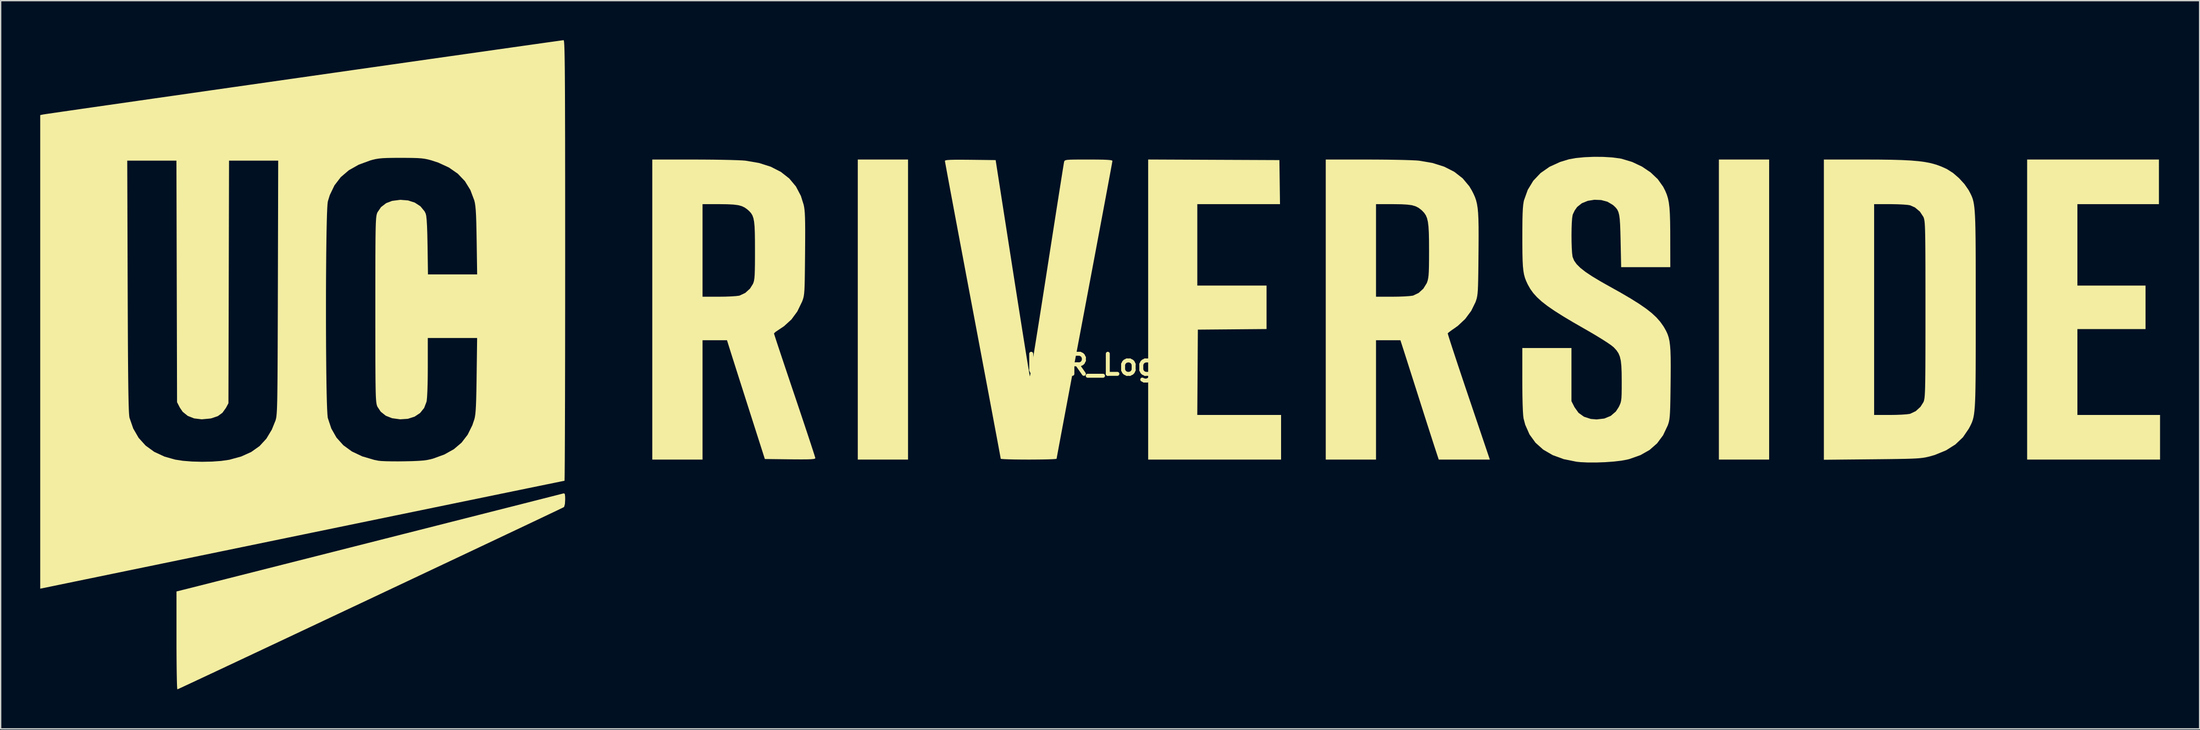
<source format=kicad_pcb>
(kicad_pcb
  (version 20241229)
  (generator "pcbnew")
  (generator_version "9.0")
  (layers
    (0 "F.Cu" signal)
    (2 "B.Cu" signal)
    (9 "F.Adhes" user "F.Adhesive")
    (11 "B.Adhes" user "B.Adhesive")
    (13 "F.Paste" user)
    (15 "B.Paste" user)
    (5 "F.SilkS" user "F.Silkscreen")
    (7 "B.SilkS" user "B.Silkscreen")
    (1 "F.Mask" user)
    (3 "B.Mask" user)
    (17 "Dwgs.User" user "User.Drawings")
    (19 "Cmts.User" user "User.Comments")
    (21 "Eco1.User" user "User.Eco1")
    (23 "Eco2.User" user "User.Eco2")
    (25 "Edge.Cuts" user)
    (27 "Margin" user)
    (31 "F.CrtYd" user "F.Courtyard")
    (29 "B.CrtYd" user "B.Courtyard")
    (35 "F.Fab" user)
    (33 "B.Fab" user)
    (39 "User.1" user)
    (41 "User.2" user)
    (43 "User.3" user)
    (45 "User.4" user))
  (footprint "UCR_Logo"
    (layer "F.Cu")
    (at 80.349 24.638)
    (property "Reference" "UCR_Logo" (at 0 0 0) (layer "F.SilkS") (effects (font (size 1.524 1.524) (thickness 0.3))))
    (attr board_only exclude_from_pos_files exclude_from_bom)
    (fp_poly (pts (xy -14.563 7.197) (xy -18.373 7.197) (xy -18.373 -15.579) (xy -14.563 -15.579)) (stroke (width 0) (type solid)) (fill yes) (layer "F.SilkS"))
    (fp_poly (pts (xy 50.715 7.197) (xy 46.905 7.197) (xy 46.905 -15.579) (xy 50.715 -15.579)) (stroke (width 0) (type solid)) (fill yes) (layer "F.SilkS"))
    (fp_poly (pts (xy 80.264 -12.192) (xy 74.083 -12.192) (xy 74.083 -6.011) (xy 79.248 -6.011) (xy 79.248 -2.709) (xy 74.083 -2.709) (xy 74.083 3.81) (xy 80.349 3.81) (xy 80.349 7.197) (xy 70.273 7.197) (xy 70.273 -15.579) (xy 80.264 -15.579)) (stroke (width 0) (type solid)) (fill yes) (layer "F.SilkS"))
    (fp_poly (pts (xy 8.615 -15.558) (xy 13.589 -15.536) (xy 13.612 -13.864) (xy 13.635 -12.192) (xy 7.366 -12.192) (xy 7.366 -6.011) (xy 12.615 -6.011) (xy 12.615 -2.712) (xy 7.408 -2.667) (xy 7.386 0.572) (xy 7.364 3.81) (xy 13.716 3.81) (xy 13.716 7.197) (xy 3.641 7.197) (xy 3.641 -15.58)) (stroke (width 0) (type solid)) (fill yes) (layer "F.SilkS"))
    (fp_poly (pts (xy -40.576 9.837) (xy -40.558 10.02) (xy -40.555 10.234) (xy -40.573 10.558) (xy -40.624 10.762) (xy -40.661 10.81) (xy -40.753 10.856) (xy -40.988 10.97) (xy -41.358 11.147) (xy -41.853 11.382) (xy -42.463 11.673) (xy -43.181 12.014) (xy -43.997 12.401) (xy -44.902 12.829) (xy -45.887 13.296) (xy -46.942 13.795) (xy -48.06 14.324) (xy -49.23 14.877) (xy -50.443 15.45) (xy -51.691 16.04) (xy -52.965 16.642) (xy -54.255 17.251) (xy -55.552 17.864) (xy -56.848 18.475) (xy -58.133 19.081) (xy -59.398 19.678) (xy -60.634 20.261) (xy -61.832 20.826) (xy -62.983 21.368) (xy -64.078 21.884) (xy -65.108 22.369) (xy -66.064 22.819) (xy -66.936 23.229) (xy -67.716 23.595) (xy -68.394 23.913) (xy -68.962 24.179) (xy -69.411 24.389) (xy -69.73 24.537) (xy -69.913 24.621) (xy -69.953 24.638) (xy -69.967 24.556) (xy -69.98 24.322) (xy -69.991 23.953) (xy -70.001 23.466) (xy -70.009 22.878) (xy -70.015 22.206) (xy -70.019 21.468) (xy -70.019 20.923) (xy -70.019 17.208) (xy -69.448 17.065) (xy -69.236 17.012) (xy -68.878 16.922) (xy -68.384 16.797) (xy -67.765 16.64) (xy -67.03 16.454) (xy -66.189 16.241) (xy -65.253 16.004) (xy -64.232 15.745) (xy -63.137 15.467) (xy -61.977 15.173) (xy -60.762 14.865) (xy -59.503 14.546) (xy -58.21 14.218) (xy -56.893 13.883) (xy -55.562 13.546) (xy -54.228 13.207) (xy -52.901 12.87) (xy -51.59 12.538) (xy -50.307 12.212) (xy -49.061 11.895) (xy -47.862 11.591) (xy -46.721 11.301) (xy -45.648 11.028) (xy -44.652 10.776) (xy -43.745 10.545) (xy -42.937 10.339) (xy -42.237 10.161) (xy -41.655 10.013) (xy -41.203 9.898) (xy -40.89 9.818) (xy -40.726 9.776) (xy -40.703 9.77) (xy -40.621 9.765)) (stroke (width 0) (type solid)) (fill yes) (layer "F.SilkS"))
    (fp_poly (pts (xy 20.256 -15.578) (xy 21.008 -15.575) (xy 21.739 -15.569) (xy 22.422 -15.558) (xy 23.034 -15.545) (xy 23.55 -15.528) (xy 23.943 -15.51) (xy 24.172 -15.492) (xy 25.192 -15.318) (xy 26.084 -15.036) (xy 26.848 -14.646) (xy 27.482 -14.151) (xy 27.984 -13.551) (xy 28.173 -13.235) (xy 28.304 -12.979) (xy 28.412 -12.736) (xy 28.499 -12.487) (xy 28.566 -12.213) (xy 28.617 -11.895) (xy 28.653 -11.514) (xy 28.676 -11.051) (xy 28.688 -10.486) (xy 28.691 -9.801) (xy 28.687 -8.976) (xy 28.682 -8.433) (xy 28.674 -7.619) (xy 28.666 -6.954) (xy 28.657 -6.422) (xy 28.646 -6.001) (xy 28.632 -5.675) (xy 28.612 -5.423) (xy 28.587 -5.227) (xy 28.555 -5.067) (xy 28.515 -4.926) (xy 28.466 -4.783) (xy 28.455 -4.753) (xy 28.13 -4.092) (xy 27.675 -3.479) (xy 27.127 -2.963) (xy 26.924 -2.816) (xy 26.661 -2.635) (xy 26.459 -2.484) (xy 26.356 -2.393) (xy 26.351 -2.383) (xy 26.373 -2.293) (xy 26.445 -2.057) (xy 26.562 -1.689) (xy 26.72 -1.203) (xy 26.914 -0.614) (xy 27.138 0.065) (xy 27.39 0.819) (xy 27.663 1.634) (xy 27.935 2.44) (xy 29.542 7.197) (xy 25.668 7.197) (xy 25.369 6.287) (xy 25.274 5.994) (xy 25.136 5.565) (xy 24.962 5.025) (xy 24.761 4.398) (xy 24.541 3.71) (xy 24.31 2.985) (xy 24.088 2.286) (xy 23.86 1.571) (xy 23.642 0.886) (xy 23.44 0.253) (xy 23.262 -0.307) (xy 23.114 -0.771) (xy 23.003 -1.118) (xy 22.935 -1.327) (xy 22.933 -1.333) (xy 22.762 -1.863) (xy 20.913 -1.863) (xy 20.913 7.197) (xy 17.103 7.197) (xy 17.103 -12.192) (xy 20.913 -12.192) (xy 20.913 -5.165) (xy 22.162 -5.165) (xy 22.633 -5.171) (xy 23.071 -5.188) (xy 23.433 -5.213) (xy 23.68 -5.243) (xy 23.73 -5.254) (xy 24.143 -5.451) (xy 24.5 -5.776) (xy 24.756 -6.189) (xy 24.781 -6.248) (xy 24.83 -6.396) (xy 24.868 -6.566) (xy 24.896 -6.781) (xy 24.915 -7.067) (xy 24.926 -7.446) (xy 24.932 -7.943) (xy 24.934 -8.583) (xy 24.934 -8.678) (xy 24.931 -9.42) (xy 24.918 -10.014) (xy 24.891 -10.482) (xy 24.847 -10.847) (xy 24.78 -11.129) (xy 24.687 -11.351) (xy 24.563 -11.534) (xy 24.405 -11.7) (xy 24.338 -11.76) (xy 24.137 -11.914) (xy 23.916 -12.028) (xy 23.646 -12.107) (xy 23.297 -12.156) (xy 22.842 -12.183) (xy 22.25 -12.191) (xy 22.162 -12.192) (xy 20.913 -12.192) (xy 17.103 -12.192) (xy 17.103 -15.579)) (stroke (width 0) (type solid)) (fill yes) (layer "F.SilkS"))
    (fp_poly (pts (xy -30.797 -15.578) (xy -30.046 -15.575) (xy -29.315 -15.569) (xy -28.632 -15.558) (xy -28.02 -15.545) (xy -27.504 -15.528) (xy -27.111 -15.51) (xy -26.882 -15.492) (xy -25.861 -15.317) (xy -24.968 -15.032) (xy -24.203 -14.639) (xy -23.566 -14.139) (xy -23.06 -13.532) (xy -22.686 -12.819) (xy -22.475 -12.146) (xy -22.439 -11.968) (xy -22.411 -11.761) (xy -22.389 -11.507) (xy -22.374 -11.188) (xy -22.365 -10.785) (xy -22.36 -10.278) (xy -22.361 -9.649) (xy -22.366 -8.88) (xy -22.369 -8.43) (xy -22.377 -7.617) (xy -22.385 -6.954) (xy -22.393 -6.423) (xy -22.404 -6.006) (xy -22.418 -5.682) (xy -22.437 -5.435) (xy -22.462 -5.244) (xy -22.494 -5.091) (xy -22.533 -4.958) (xy -22.582 -4.825) (xy -22.599 -4.784) (xy -22.956 -4.047) (xy -23.403 -3.438) (xy -23.966 -2.926) (xy -24.405 -2.632) (xy -24.599 -2.501) (xy -24.711 -2.396) (xy -24.723 -2.37) (xy -24.696 -2.279) (xy -24.62 -2.042) (xy -24.5 -1.673) (xy -24.339 -1.187) (xy -24.143 -0.599) (xy -23.917 0.078) (xy -23.665 0.829) (xy -23.393 1.64) (xy -23.156 2.341) (xy -22.87 3.191) (xy -22.601 3.994) (xy -22.353 4.737) (xy -22.132 5.403) (xy -21.942 5.979) (xy -21.788 6.451) (xy -21.675 6.803) (xy -21.608 7.021) (xy -21.59 7.09) (xy -21.622 7.126) (xy -21.731 7.153) (xy -21.933 7.171) (xy -22.246 7.181) (xy -22.688 7.183) (xy -23.275 7.18) (xy -23.504 7.177) (xy -25.418 7.154) (xy -26.554 3.598) (xy -26.804 2.814) (xy -27.049 2.044) (xy -27.283 1.312) (xy -27.497 0.64) (xy -27.684 0.05) (xy -27.838 -0.434) (xy -27.951 -0.791) (xy -27.989 -0.91) (xy -28.288 -1.863) (xy -30.141 -1.863) (xy -30.141 7.197) (xy -33.951 7.197) (xy -33.951 -12.192) (xy -30.141 -12.192) (xy -30.141 -5.165) (xy -28.892 -5.165) (xy -28.421 -5.171) (xy -27.985 -5.188) (xy -27.624 -5.212) (xy -27.378 -5.242) (xy -27.329 -5.253) (xy -26.904 -5.453) (xy -26.544 -5.78) (xy -26.321 -6.135) (xy -26.273 -6.256) (xy -26.236 -6.398) (xy -26.209 -6.582) (xy -26.189 -6.831) (xy -26.177 -7.167) (xy -26.169 -7.612) (xy -26.166 -8.189) (xy -26.166 -8.678) (xy -26.168 -9.421) (xy -26.177 -10.016) (xy -26.196 -10.484) (xy -26.231 -10.846) (xy -26.284 -11.123) (xy -26.359 -11.336) (xy -26.461 -11.506) (xy -26.593 -11.654) (xy -26.745 -11.79) (xy -26.945 -11.935) (xy -27.168 -12.041) (xy -27.444 -12.115) (xy -27.802 -12.161) (xy -28.271 -12.184) (xy -28.88 -12.192) (xy -28.892 -12.192) (xy -30.141 -12.192) (xy -33.951 -12.192) (xy -33.951 -15.579)) (stroke (width 0) (type solid)) (fill yes) (layer "F.SilkS"))
    (fp_poly (pts (xy 57.975 -15.578) (xy 59.056 -15.574) (xy 59.985 -15.562) (xy 60.78 -15.539) (xy 61.459 -15.504) (xy 62.038 -15.454) (xy 62.536 -15.388) (xy 62.971 -15.303) (xy 63.359 -15.196) (xy 63.718 -15.067) (xy 64.066 -14.913) (xy 64.213 -14.841) (xy 64.658 -14.556) (xy 65.111 -14.164) (xy 65.52 -13.717) (xy 65.832 -13.267) (xy 65.859 -13.218) (xy 65.945 -13.055) (xy 66.021 -12.905) (xy 66.088 -12.755) (xy 66.146 -12.595) (xy 66.195 -12.413) (xy 66.237 -12.198) (xy 66.272 -11.939) (xy 66.3 -11.625) (xy 66.323 -11.245) (xy 66.341 -10.787) (xy 66.354 -10.24) (xy 66.364 -9.593) (xy 66.37 -8.836) (xy 66.374 -7.955) (xy 66.375 -6.941) (xy 66.376 -5.783) (xy 66.376 -4.468) (xy 66.376 -4.191) (xy 66.376 -2.845) (xy 66.376 -1.657) (xy 66.374 -0.615) (xy 66.371 0.29) (xy 66.365 1.071) (xy 66.356 1.739) (xy 66.344 2.305) (xy 66.327 2.779) (xy 66.305 3.175) (xy 66.277 3.501) (xy 66.244 3.771) (xy 66.203 3.994) (xy 66.154 4.183) (xy 66.097 4.348) (xy 66.031 4.501) (xy 65.956 4.653) (xy 65.87 4.814) (xy 65.848 4.856) (xy 65.409 5.501) (xy 64.834 6.048) (xy 64.126 6.496) (xy 63.29 6.84) (xy 62.898 6.955) (xy 62.716 6.999) (xy 62.536 7.037) (xy 62.341 7.067) (xy 62.112 7.092) (xy 61.831 7.112) (xy 61.481 7.128) (xy 61.042 7.141) (xy 60.498 7.151) (xy 59.83 7.161) (xy 59.021 7.17) (xy 58.526 7.175) (xy 54.864 7.211) (xy 54.864 -12.192) (xy 58.674 -12.192) (xy 58.674 3.81) (xy 59.88 3.81) (xy 60.345 3.803) (xy 60.774 3.786) (xy 61.128 3.761) (xy 61.365 3.73) (xy 61.402 3.722) (xy 61.826 3.522) (xy 62.186 3.194) (xy 62.41 2.84) (xy 62.438 2.77) (xy 62.463 2.686) (xy 62.484 2.577) (xy 62.502 2.431) (xy 62.517 2.237) (xy 62.53 1.983) (xy 62.54 1.657) (xy 62.548 1.248) (xy 62.554 0.745) (xy 62.559 0.135) (xy 62.562 -0.592) (xy 62.564 -1.448) (xy 62.565 -2.446) (xy 62.565 -3.595) (xy 62.565 -4.191) (xy 62.565 -5.416) (xy 62.564 -6.484) (xy 62.563 -7.405) (xy 62.56 -8.191) (xy 62.556 -8.855) (xy 62.551 -9.406) (xy 62.544 -9.858) (xy 62.535 -10.222) (xy 62.524 -10.508) (xy 62.51 -10.729) (xy 62.493 -10.896) (xy 62.473 -11.021) (xy 62.45 -11.115) (xy 62.423 -11.19) (xy 62.41 -11.222) (xy 62.143 -11.627) (xy 61.771 -11.939) (xy 61.402 -12.104) (xy 61.202 -12.136) (xy 60.874 -12.163) (xy 60.46 -12.182) (xy 60.001 -12.191) (xy 59.88 -12.192) (xy 58.674 -12.192) (xy 54.864 -12.192) (xy 54.864 -15.579)) (stroke (width 0) (type solid)) (fill yes) (layer "F.SilkS"))
    (fp_poly (pts (xy -0.242 -15.576) (xy 0.241 -15.568) (xy 0.585 -15.553) (xy 0.803 -15.531) (xy 0.912 -15.501) (xy 0.931 -15.477) (xy 0.916 -15.383) (xy 0.871 -15.132) (xy 0.798 -14.734) (xy 0.699 -14.199) (xy 0.576 -13.537) (xy 0.431 -12.756) (xy 0.265 -11.868) (xy 0.08 -10.881) (xy -0.122 -9.805) (xy -0.338 -8.65) (xy -0.568 -7.426) (xy -0.81 -6.142) (xy -1.061 -4.808) (xy -1.185 -4.15) (xy -1.44 -2.797) (xy -1.687 -1.489) (xy -1.923 -0.237) (xy -2.146 0.95) (xy -2.355 2.063) (xy -2.548 3.091) (xy -2.723 4.025) (xy -2.879 4.855) (xy -3.013 5.572) (xy -3.124 6.166) (xy -3.209 6.627) (xy -3.268 6.945) (xy -3.298 7.112) (xy -3.302 7.135) (xy -3.383 7.152) (xy -3.61 7.167) (xy -3.962 7.18) (xy -4.415 7.189) (xy -4.946 7.195) (xy -5.419 7.197) (xy -5.997 7.194) (xy -6.516 7.188) (xy -6.951 7.177) (xy -7.28 7.164) (xy -7.482 7.149) (xy -7.535 7.135) (xy -7.551 7.046) (xy -7.596 6.8) (xy -7.669 6.407) (xy -7.767 5.877) (xy -7.89 5.219) (xy -8.036 4.443) (xy -8.201 3.558) (xy -8.386 2.574) (xy -8.587 1.502) (xy -8.804 0.35) (xy -9.034 -0.872) (xy -9.275 -2.154) (xy -9.526 -3.486) (xy -9.652 -4.152) (xy -9.907 -5.506) (xy -10.154 -6.816) (xy -10.389 -8.07) (xy -10.613 -9.259) (xy -10.822 -10.374) (xy -11.015 -11.406) (xy -11.19 -12.343) (xy -11.346 -13.177) (xy -11.48 -13.897) (xy -11.591 -14.495) (xy -11.676 -14.961) (xy -11.735 -15.284) (xy -11.765 -15.454) (xy -11.769 -15.48) (xy -11.726 -15.514) (xy -11.59 -15.539) (xy -11.343 -15.555) (xy -10.972 -15.564) (xy -10.46 -15.564) (xy -9.845 -15.559) (xy -7.922 -15.536) (xy -6.645 -7.347) (xy -6.464 -6.191) (xy -6.29 -5.083) (xy -6.125 -4.034) (xy -5.97 -3.056) (xy -5.828 -2.159) (xy -5.699 -1.356) (xy -5.587 -0.658) (xy -5.492 -0.076) (xy -5.417 0.379) (xy -5.363 0.694) (xy -5.333 0.86) (xy -5.327 0.882) (xy -5.308 0.806) (xy -5.266 0.574) (xy -5.201 0.198) (xy -5.116 -0.312) (xy -5.013 -0.944) (xy -4.893 -1.687) (xy -4.758 -2.529) (xy -4.61 -3.459) (xy -4.451 -4.465) (xy -4.283 -5.537) (xy -4.107 -6.663) (xy -4.033 -7.137) (xy -3.854 -8.288) (xy -3.682 -9.393) (xy -3.518 -10.442) (xy -3.365 -11.422) (xy -3.224 -12.321) (xy -3.097 -13.128) (xy -2.986 -13.831) (xy -2.893 -14.418) (xy -2.82 -14.877) (xy -2.768 -15.197) (xy -2.74 -15.366) (xy -2.735 -15.388) (xy -2.717 -15.451) (xy -2.681 -15.498) (xy -2.606 -15.532) (xy -2.469 -15.555) (xy -2.25 -15.569) (xy -1.926 -15.576) (xy -1.477 -15.578) (xy -0.88 -15.579)) (stroke (width 0) (type solid)) (fill yes) (layer "F.SilkS"))
    (fp_poly (pts (xy 38.148 -15.779) (xy 38.825 -15.738) (xy 39.407 -15.661) (xy 39.539 -15.634) (xy 40.338 -15.392) (xy 41.078 -15.042) (xy 41.732 -14.6) (xy 42.274 -14.086) (xy 42.679 -13.516) (xy 42.692 -13.492) (xy 42.838 -13.205) (xy 42.954 -12.929) (xy 43.044 -12.639) (xy 43.111 -12.311) (xy 43.159 -11.922) (xy 43.19 -11.449) (xy 43.208 -10.867) (xy 43.217 -10.152) (xy 43.218 -9.694) (xy 43.222 -7.408) (xy 39.497 -7.408) (xy 39.455 -9.398) (xy 39.438 -10.083) (xy 39.419 -10.621) (xy 39.391 -11.036) (xy 39.35 -11.35) (xy 39.291 -11.586) (xy 39.209 -11.767) (xy 39.099 -11.916) (xy 38.956 -12.056) (xy 38.862 -12.136) (xy 38.461 -12.374) (xy 37.983 -12.503) (xy 37.471 -12.525) (xy 36.968 -12.444) (xy 36.517 -12.261) (xy 36.163 -11.979) (xy 36.16 -11.976) (xy 35.977 -11.715) (xy 35.839 -11.43) (xy 35.819 -11.369) (xy 35.782 -11.138) (xy 35.755 -10.78) (xy 35.739 -10.334) (xy 35.733 -9.841) (xy 35.737 -9.342) (xy 35.752 -8.878) (xy 35.776 -8.49) (xy 35.811 -8.218) (xy 35.822 -8.17) (xy 35.931 -7.905) (xy 36.121 -7.636) (xy 36.405 -7.353) (xy 36.797 -7.046) (xy 37.308 -6.705) (xy 37.953 -6.318) (xy 38.57 -5.97) (xy 39.468 -5.468) (xy 40.226 -5.023) (xy 40.859 -4.625) (xy 41.384 -4.262) (xy 41.815 -3.923) (xy 42.167 -3.595) (xy 42.455 -3.269) (xy 42.695 -2.932) (xy 42.78 -2.792) (xy 42.91 -2.557) (xy 43.015 -2.327) (xy 43.097 -2.08) (xy 43.16 -1.797) (xy 43.204 -1.458) (xy 43.234 -1.042) (xy 43.25 -0.529) (xy 43.254 0.101) (xy 43.25 0.869) (xy 43.245 1.381) (xy 43.236 2.139) (xy 43.226 2.748) (xy 43.215 3.23) (xy 43.2 3.604) (xy 43.181 3.891) (xy 43.157 4.113) (xy 43.125 4.289) (xy 43.085 4.44) (xy 43.035 4.587) (xy 43.027 4.607) (xy 42.678 5.347) (xy 42.221 5.965) (xy 41.649 6.467) (xy 40.954 6.861) (xy 40.126 7.154) (xy 39.954 7.198) (xy 39.502 7.282) (xy 38.93 7.348) (xy 38.286 7.394) (xy 37.619 7.418) (xy 36.977 7.418) (xy 36.41 7.391) (xy 36.11 7.36) (xy 35.144 7.164) (xy 34.303 6.857) (xy 33.589 6.441) (xy 33.004 5.918) (xy 32.548 5.288) (xy 32.225 4.554) (xy 32.099 4.081) (xy 32.07 3.852) (xy 32.045 3.472) (xy 32.026 2.96) (xy 32.012 2.333) (xy 32.005 1.61) (xy 32.004 1.181) (xy 32.004 -1.27) (xy 35.729 -1.27) (xy 35.729 2.764) (xy 35.962 3.223) (xy 36.266 3.648) (xy 36.678 3.945) (xy 37.194 4.112) (xy 37.634 4.149) (xy 38.221 4.081) (xy 38.71 3.879) (xy 39.094 3.548) (xy 39.306 3.223) (xy 39.39 3.052) (xy 39.451 2.899) (xy 39.492 2.733) (xy 39.518 2.524) (xy 39.532 2.24) (xy 39.538 1.851) (xy 39.539 1.326) (xy 39.539 1.27) (xy 39.534 0.611) (xy 39.513 0.095) (xy 39.47 -0.307) (xy 39.398 -0.621) (xy 39.292 -0.874) (xy 39.145 -1.094) (xy 38.95 -1.307) (xy 38.923 -1.334) (xy 38.737 -1.483) (xy 38.426 -1.698) (xy 38.012 -1.963) (xy 37.517 -2.265) (xy 36.966 -2.588) (xy 36.745 -2.714) (xy 35.842 -3.234) (xy 35.078 -3.691) (xy 34.438 -4.097) (xy 33.908 -4.463) (xy 33.475 -4.8) (xy 33.124 -5.12) (xy 32.841 -5.433) (xy 32.612 -5.75) (xy 32.423 -6.083) (xy 32.4 -6.13) (xy 32.29 -6.369) (xy 32.202 -6.6) (xy 32.135 -6.847) (xy 32.085 -7.133) (xy 32.049 -7.48) (xy 32.026 -7.912) (xy 32.013 -8.452) (xy 32.007 -9.123) (xy 32.006 -9.655) (xy 32.008 -10.411) (xy 32.014 -11.019) (xy 32.027 -11.5) (xy 32.046 -11.874) (xy 32.074 -12.164) (xy 32.11 -12.39) (xy 32.134 -12.492) (xy 32.417 -13.281) (xy 32.835 -13.968) (xy 33.385 -14.55) (xy 34.066 -15.027) (xy 34.877 -15.397) (xy 35.528 -15.594) (xy 36.065 -15.691) (xy 36.716 -15.755) (xy 37.427 -15.785)) (stroke (width 0) (type solid)) (fill yes) (layer "F.SilkS"))
    (fp_poly (pts (xy -40.66 -24.619) (xy -40.647 -24.559) (xy -40.635 -24.451) (xy -40.624 -24.288) (xy -40.614 -24.064) (xy -40.605 -23.772) (xy -40.597 -23.405) (xy -40.59 -22.958) (xy -40.583 -22.423) (xy -40.578 -21.794) (xy -40.573 -21.065) (xy -40.569 -20.228) (xy -40.566 -19.278) (xy -40.563 -18.207) (xy -40.56 -17.009) (xy -40.559 -15.678) (xy -40.557 -14.207) (xy -40.556 -12.59) (xy -40.556 -10.819) (xy -40.555 -8.889) (xy -40.555 -7.916) (xy -40.556 -6.247) (xy -40.556 -4.623) (xy -40.558 -3.053) (xy -40.559 -1.545) (xy -40.561 -0.106) (xy -40.564 1.254) (xy -40.566 2.529) (xy -40.57 3.709) (xy -40.573 4.787) (xy -40.577 5.755) (xy -40.581 6.605) (xy -40.585 7.328) (xy -40.59 7.917) (xy -40.594 8.363) (xy -40.599 8.659) (xy -40.604 8.796) (xy -40.606 8.805) (xy -40.692 8.822) (xy -40.937 8.872) (xy -41.333 8.953) (xy -41.873 9.063) (xy -42.55 9.202) (xy -43.355 9.367) (xy -44.282 9.558) (xy -45.324 9.772) (xy -46.473 10.009) (xy -47.722 10.266) (xy -49.063 10.542) (xy -50.489 10.836) (xy -51.993 11.146) (xy -53.567 11.47) (xy -55.205 11.808) (xy -56.898 12.157) (xy -58.64 12.517) (xy -59.762 12.748) (xy -61.54 13.115) (xy -63.28 13.474) (xy -64.974 13.824) (xy -66.615 14.163) (xy -68.194 14.488) (xy -69.703 14.8) (xy -71.136 15.096) (xy -72.484 15.374) (xy -73.74 15.633) (xy -74.896 15.871) (xy -75.944 16.088) (xy -76.877 16.28) (xy -77.687 16.447) (xy -78.367 16.588) (xy -78.907 16.699) (xy -79.302 16.781) (xy -79.543 16.83) (xy -79.608 16.844) (xy -80.349 16.996) (xy -80.349 -15.494) (xy -73.753 -15.494) (xy -73.721 -5.948) (xy -73.715 -4.383) (xy -73.709 -2.979) (xy -73.703 -1.73) (xy -73.696 -0.627) (xy -73.688 0.338) (xy -73.679 1.172) (xy -73.67 1.882) (xy -73.659 2.478) (xy -73.648 2.965) (xy -73.635 3.353) (xy -73.621 3.648) (xy -73.605 3.858) (xy -73.588 3.991) (xy -73.582 4.022) (xy -73.298 4.842) (xy -72.89 5.547) (xy -72.358 6.137) (xy -71.703 6.612) (xy -70.922 6.973) (xy -70.115 7.2) (xy -69.533 7.29) (xy -68.839 7.345) (xy -68.089 7.365) (xy -67.336 7.35) (xy -66.635 7.3) (xy -66.039 7.215) (xy -65.998 7.206) (xy -65.109 6.962) (xy -64.354 6.62) (xy -63.723 6.172) (xy -63.206 5.61) (xy -62.793 4.923) (xy -62.514 4.233) (xy -62.491 4.154) (xy -62.469 4.063) (xy -62.45 3.949) (xy -62.433 3.804) (xy -62.418 3.617) (xy -62.405 3.379) (xy -62.394 3.08) (xy -62.384 2.712) (xy -62.376 2.264) (xy -62.369 1.726) (xy -62.362 1.089) (xy -62.357 0.344) (xy -62.352 -0.519) (xy -62.348 -1.51) (xy -62.344 -2.638) (xy -62.34 -3.914) (xy -62.338 -4.415) (xy -58.688 -4.415) (xy -58.688 -3.367) (xy -58.685 -2.33) (xy -58.68 -1.32) (xy -58.672 -0.352) (xy -58.663 0.56) (xy -58.651 1.399) (xy -58.637 2.151) (xy -58.62 2.801) (xy -58.601 3.334) (xy -58.58 3.734) (xy -58.557 3.987) (xy -58.547 4.044) (xy -58.283 4.839) (xy -57.893 5.526) (xy -57.373 6.107) (xy -56.723 6.581) (xy -55.941 6.952) (xy -55.025 7.221) (xy -54.709 7.284) (xy -54.496 7.306) (xy -54.15 7.322) (xy -53.706 7.331) (xy -53.201 7.333) (xy -52.747 7.328) (xy -52.144 7.315) (xy -51.677 7.295) (xy -51.31 7.267) (xy -51.011 7.226) (xy -50.744 7.17) (xy -50.561 7.12) (xy -49.708 6.809) (xy -48.995 6.41) (xy -48.412 5.915) (xy -47.948 5.311) (xy -47.592 4.59) (xy -47.439 4.138) (xy -47.4 3.974) (xy -47.367 3.759) (xy -47.341 3.475) (xy -47.319 3.103) (xy -47.301 2.626) (xy -47.286 2.025) (xy -47.273 1.283) (xy -47.267 0.826) (xy -47.229 -2.032) (xy -50.969 -2.032) (xy -50.969 0.165) (xy -50.973 0.852) (xy -50.984 1.474) (xy -51.001 2.01) (xy -51.023 2.433) (xy -51.05 2.722) (xy -51.063 2.8) (xy -51.245 3.28) (xy -51.554 3.663) (xy -51.971 3.939) (xy -52.481 4.102) (xy -53.066 4.141) (xy -53.677 4.057) (xy -54.152 3.87) (xy -54.537 3.562) (xy -54.787 3.185) (xy -54.815 3.116) (xy -54.84 3.035) (xy -54.861 2.931) (xy -54.879 2.792) (xy -54.895 2.608) (xy -54.908 2.366) (xy -54.918 2.056) (xy -54.926 1.666) (xy -54.933 1.186) (xy -54.937 0.603) (xy -54.941 -0.093) (xy -54.943 -0.914) (xy -54.944 -1.871) (xy -54.945 -2.975) (xy -54.945 -4.191) (xy -54.945 -5.448) (xy -54.944 -6.547) (xy -54.943 -7.498) (xy -54.941 -8.315) (xy -54.937 -9.007) (xy -54.933 -9.586) (xy -54.926 -10.063) (xy -54.918 -10.45) (xy -54.907 -10.758) (xy -54.894 -10.997) (xy -54.879 -11.18) (xy -54.86 -11.317) (xy -54.839 -11.42) (xy -54.814 -11.501) (xy -54.787 -11.567) (xy -54.516 -11.967) (xy -54.124 -12.268) (xy -53.677 -12.439) (xy -53.048 -12.521) (xy -52.465 -12.474) (xy -51.951 -12.307) (xy -51.526 -12.028) (xy -51.213 -11.646) (xy -51.127 -11.472) (xy -51.087 -11.299) (xy -51.054 -10.982) (xy -51.026 -10.514) (xy -51.005 -9.889) (xy -50.989 -9.101) (xy -50.988 -9.038) (xy -50.955 -6.858) (xy -47.227 -6.858) (xy -47.265 -9.419) (xy -47.279 -10.197) (xy -47.293 -10.826) (xy -47.311 -11.327) (xy -47.333 -11.719) (xy -47.361 -12.023) (xy -47.395 -12.26) (xy -47.437 -12.449) (xy -47.446 -12.481) (xy -47.742 -13.265) (xy -48.156 -13.938) (xy -48.695 -14.504) (xy -49.364 -14.97) (xy -50.169 -15.343) (xy -50.69 -15.514) (xy -50.942 -15.582) (xy -51.182 -15.632) (xy -51.441 -15.667) (xy -51.755 -15.688) (xy -52.154 -15.7) (xy -52.673 -15.705) (xy -53.001 -15.706) (xy -53.594 -15.704) (xy -54.05 -15.696) (xy -54.403 -15.68) (xy -54.686 -15.652) (xy -54.933 -15.611) (xy -55.175 -15.553) (xy -55.327 -15.51) (xy -56.208 -15.187) (xy -56.953 -14.766) (xy -57.564 -14.244) (xy -58.044 -13.617) (xy -58.397 -12.883) (xy -58.544 -12.407) (xy -58.569 -12.225) (xy -58.591 -11.89) (xy -58.611 -11.415) (xy -58.628 -10.816) (xy -58.644 -10.108) (xy -58.657 -9.306) (xy -58.668 -8.425) (xy -58.676 -7.48) (xy -58.683 -6.487) (xy -58.687 -5.461) (xy -58.688 -4.415) (xy -62.338 -4.415) (xy -62.336 -5.345) (xy -62.334 -5.863) (xy -62.309 -15.494) (xy -66.036 -15.494) (xy -66.059 -6.287) (xy -66.082 2.921) (xy -66.271 3.274) (xy -66.537 3.645) (xy -66.889 3.9) (xy -67.358 4.06) (xy -67.461 4.081) (xy -68.107 4.141) (xy -68.681 4.072) (xy -69.167 3.88) (xy -69.549 3.571) (xy -69.76 3.262) (xy -69.977 2.841) (xy -70.024 -15.494) (xy -73.753 -15.494) (xy -80.349 -15.494) (xy -80.349 -18.952) (xy -80.116 -19) (xy -80.008 -19.017) (xy -79.741 -19.057) (xy -79.326 -19.117) (xy -78.771 -19.198) (xy -78.085 -19.297) (xy -77.278 -19.414) (xy -76.357 -19.547) (xy -75.332 -19.694) (xy -74.212 -19.855) (xy -73.006 -20.028) (xy -71.723 -20.213) (xy -70.371 -20.406) (xy -68.961 -20.608) (xy -67.5 -20.818) (xy -65.998 -21.033) (xy -64.464 -21.252) (xy -62.907 -21.475) (xy -61.335 -21.7) (xy -59.758 -21.925) (xy -58.185 -22.15) (xy -56.624 -22.373) (xy -55.084 -22.593) (xy -53.576 -22.808) (xy -52.106 -23.018) (xy -50.686 -23.221) (xy -49.322 -23.415) (xy -48.025 -23.599) (xy -46.804 -23.773) (xy -45.667 -23.935) (xy -44.623 -24.083) (xy -43.682 -24.217) (xy -42.851 -24.334) (xy -42.141 -24.435) (xy -41.561 -24.516) (xy -41.118 -24.578) (xy -40.823 -24.619) (xy -40.684 -24.637) (xy -40.674 -24.638)) (stroke (width 0) (type solid)) (fill yes) (layer "F.SilkS")))
  (gr_rect
    (start -3 -3)
    (end 163.697 52.276)
    (stroke (width 0.1) (type default))
    (fill no)
    (layer "Edge.Cuts")))
</source>
